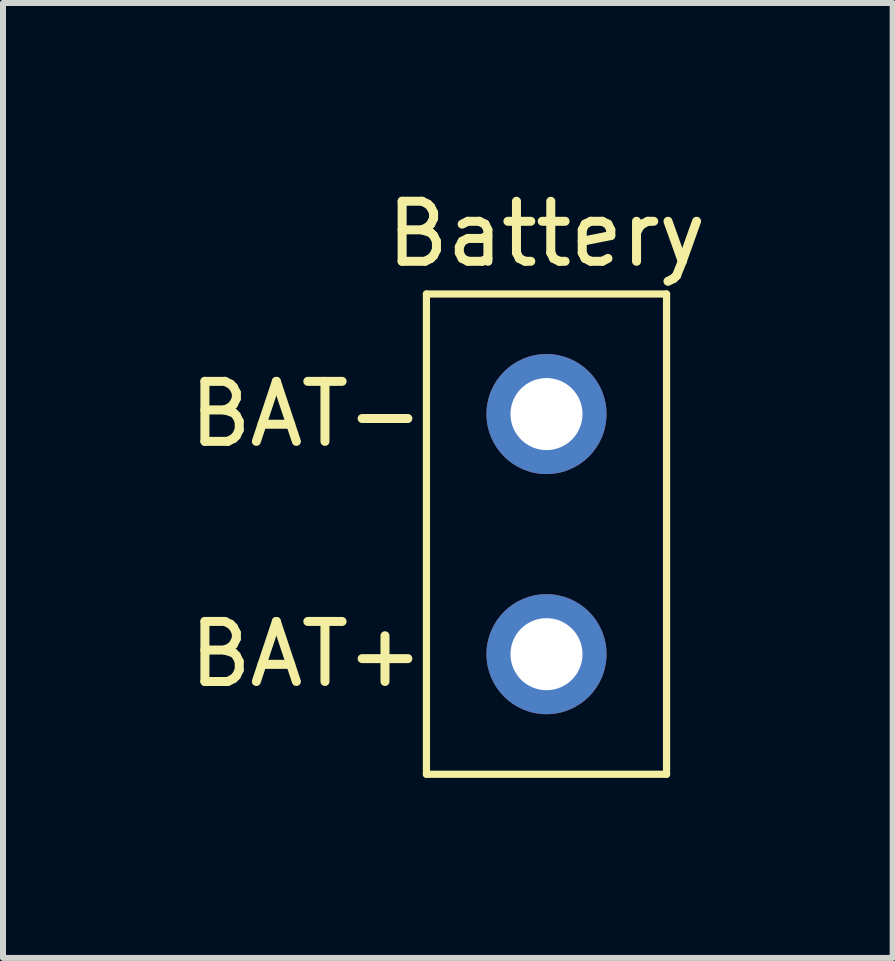
<source format=kicad_pcb>
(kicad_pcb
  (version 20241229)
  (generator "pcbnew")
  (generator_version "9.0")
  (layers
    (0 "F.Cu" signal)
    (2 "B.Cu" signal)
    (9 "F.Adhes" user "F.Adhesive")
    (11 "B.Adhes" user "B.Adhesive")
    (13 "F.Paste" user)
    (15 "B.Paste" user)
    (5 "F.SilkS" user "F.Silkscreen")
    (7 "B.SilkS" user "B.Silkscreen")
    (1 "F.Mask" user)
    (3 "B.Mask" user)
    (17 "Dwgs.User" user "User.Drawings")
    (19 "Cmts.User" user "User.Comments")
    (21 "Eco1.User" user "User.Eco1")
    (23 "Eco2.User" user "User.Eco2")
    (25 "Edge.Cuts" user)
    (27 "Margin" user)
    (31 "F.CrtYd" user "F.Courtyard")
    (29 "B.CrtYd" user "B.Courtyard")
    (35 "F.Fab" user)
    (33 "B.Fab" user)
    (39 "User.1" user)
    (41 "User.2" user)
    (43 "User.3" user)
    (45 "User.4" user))
  (footprint "Battery"
    (layer "F.Cu")
    (at 6.054 5.848)
    (property "Reference" "Battery" (at 0 -5 180) (layer "F.SilkS") (effects (font (size 1 1) (thickness 0.15))))
    (attr through_hole)
    (fp_line (start -2 -4) (end -2 4) (stroke (width 0.12) (type solid)) (layer "F.SilkS"))
    (fp_line (start -2 4) (end 2 4) (stroke (width 0.12) (type solid)) (layer "F.SilkS"))
    (fp_line (start 2 -4) (end -2 -4) (stroke (width 0.12) (type solid)) (layer "F.SilkS"))
    (fp_line (start 2 4) (end 2 -4) (stroke (width 0.12) (type solid)) (layer "F.SilkS"))
    (fp_text user "BAT+" (at -4 2 180) (layer "F.SilkS") (effects (font (size 1 1) (thickness 0.15))))
    (fp_text user "BAT-" (at -4 -2 180) (layer "F.SilkS") (effects (font (size 1 1) (thickness 0.15))))
    (pad "1" thru_hole circle (at 0 -2) (size 2 2) (drill 1.2) (layers "*.Cu" "*.Mask"))
    (pad "2" thru_hole circle (at 0 2) (size 2 2) (drill 1.2) (layers "*.Cu" "*.Mask")))
  (gr_rect
    (start -3 -3)
    (end 11.821 12.908)
    (stroke (width 0.1) (type default))
    (fill no)
    (layer "Edge.Cuts")))
</source>
